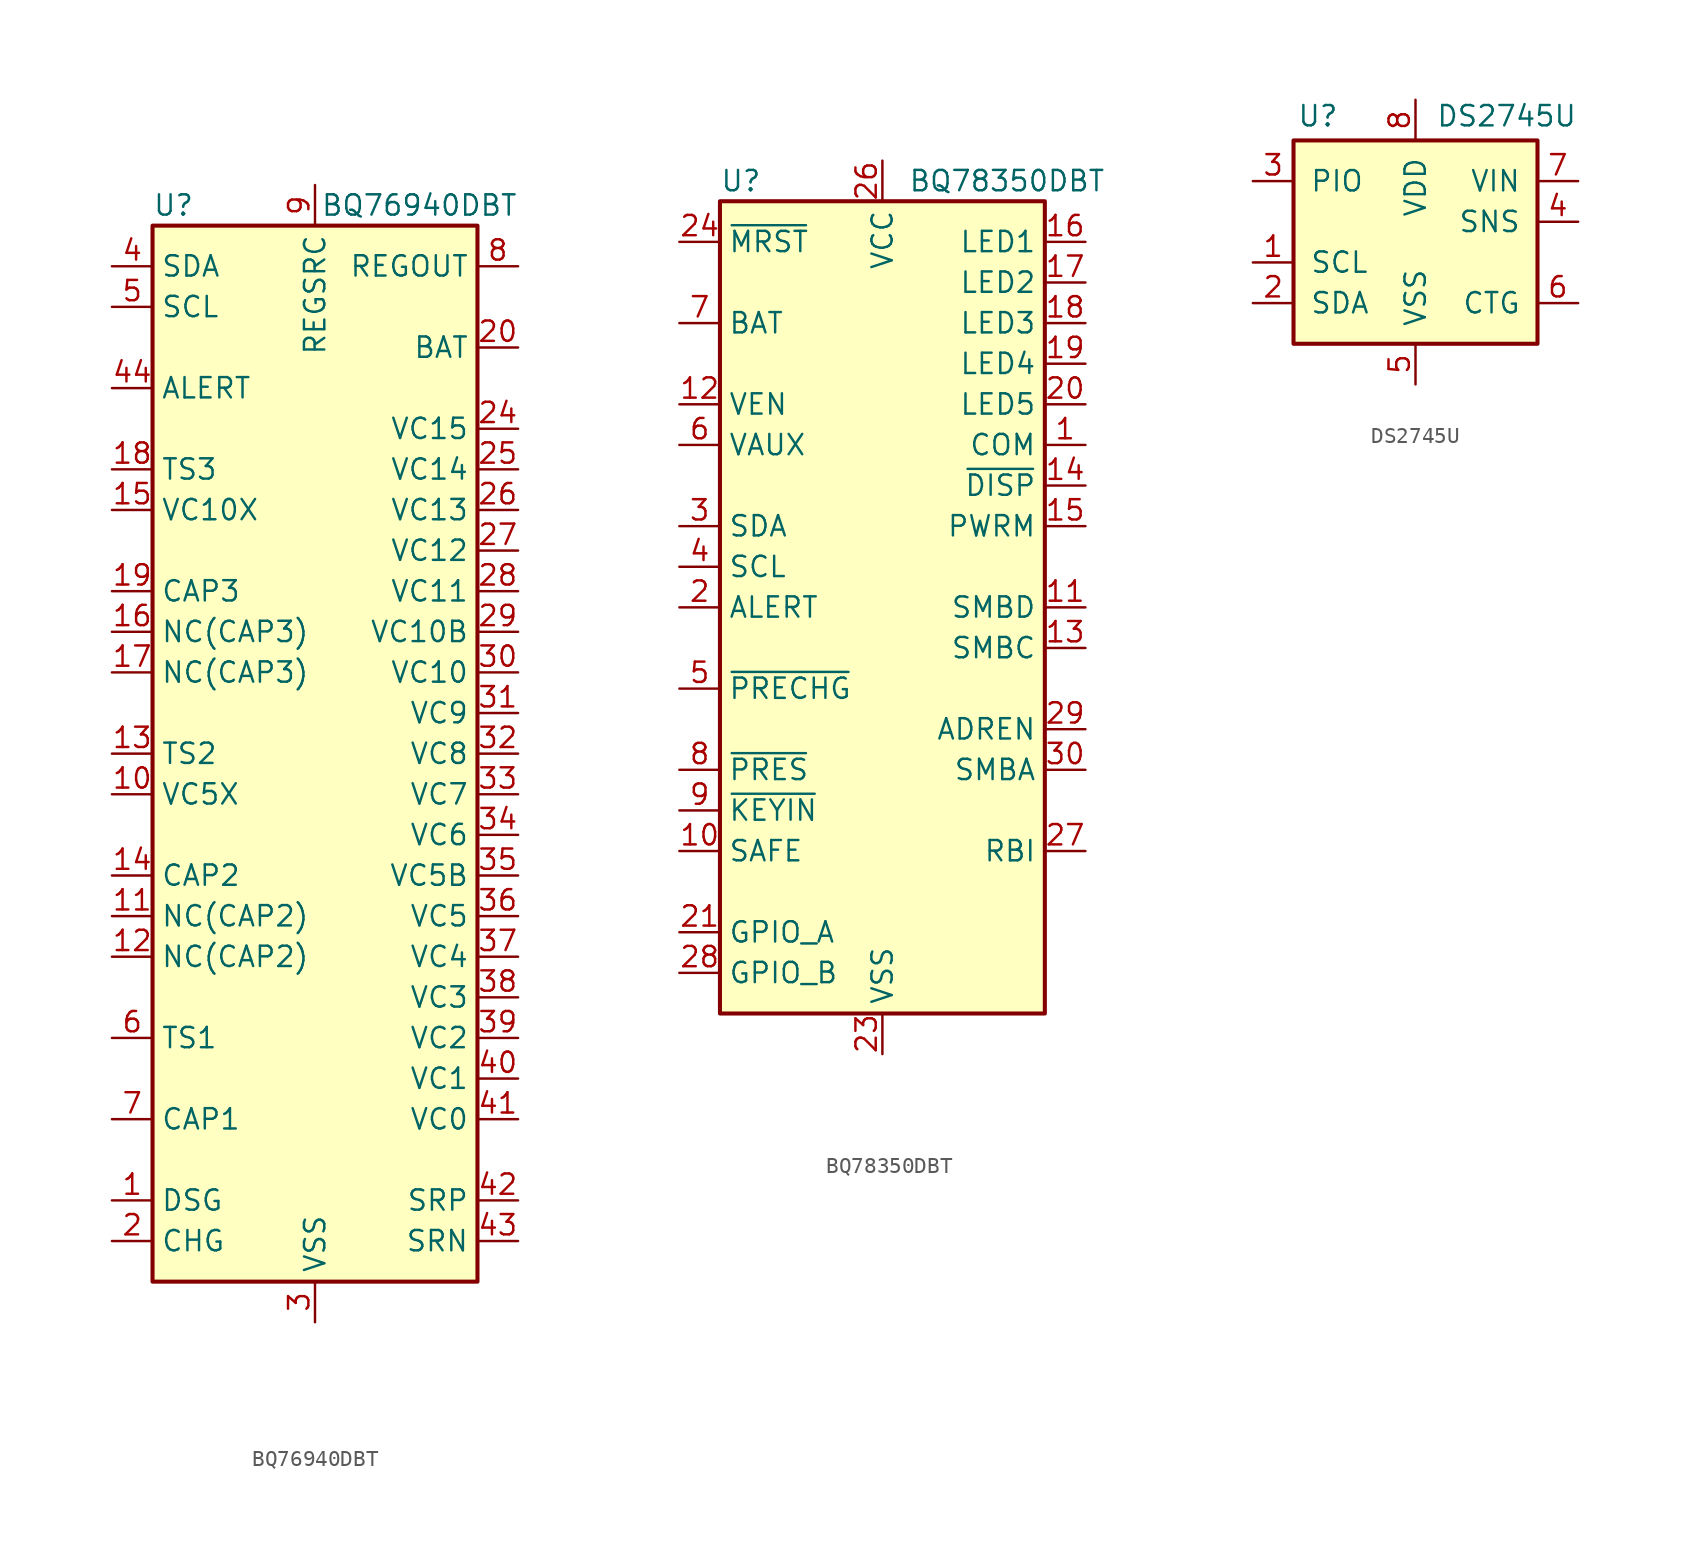
<source format=kicad_sym>
(kicad_symbol_lib
  (version 20211014)
  (generator kicad_symbol_editor)
  (symbol "BQ76940DBT"
    (property "Reference" "U"
      (at -10.16 34.29 0)
      (effects (font (size 1.27 1.27)) (justify left)))
    (property "Value" "BQ76940DBT"
      (at 12.7 34.29 0)
      (effects (font (size 1.27 1.27)) (justify right)))
    (symbol "BQ76940DBT_0_1"
      (rectangle (start -10.16 33.02) (end 10.16 -33.02) (stroke (width 0.254) (type default) (color 0 0 0 0)) (fill (type background))))
    (symbol "BQ76940DBT_1_0"
      (pin passive line (at -12.7 -2.54 0) (length 2.54) (name "VC5X" (effects (font (size 1.27 1.27)))) (number "10" (effects (font (size 1.27 1.27)))))
      (pin passive line (at -12.7 -10.16 0) (length 2.54) (name "NC(CAP2)" (effects (font (size 1.27 1.27)))) (number "11" (effects (font (size 1.27 1.27)))))
      (pin passive line (at -12.7 -12.7 0) (length 2.54) (name "NC(CAP2)" (effects (font (size 1.27 1.27)))) (number "12" (effects (font (size 1.27 1.27)))))
      (pin passive line (at -12.7 0 0) (length 2.54) (name "TS2" (effects (font (size 1.27 1.27)))) (number "13" (effects (font (size 1.27 1.27)))))
      (pin passive line (at -12.7 -7.62 0) (length 2.54) (name "CAP2" (effects (font (size 1.27 1.27)))) (number "14" (effects (font (size 1.27 1.27)))))
      (pin passive line (at -12.7 15.24 0) (length 2.54) (name "VC10X" (effects (font (size 1.27 1.27)))) (number "15" (effects (font (size 1.27 1.27)))))
      (pin passive line (at -12.7 7.62 0) (length 2.54) (name "NC(CAP3)" (effects (font (size 1.27 1.27)))) (number "16" (effects (font (size 1.27 1.27)))))
      (pin passive line (at -12.7 5.08 0) (length 2.54) (name "NC(CAP3)" (effects (font (size 1.27 1.27)))) (number "17" (effects (font (size 1.27 1.27)))))
      (pin passive line (at -12.7 17.78 0) (length 2.54) (name "TS3" (effects (font (size 1.27 1.27)))) (number "18" (effects (font (size 1.27 1.27)))))
      (pin passive line (at -12.7 10.16 0) (length 2.54) (name "CAP3" (effects (font (size 1.27 1.27)))) (number "19" (effects (font (size 1.27 1.27)))))
      (pin input line (at 12.7 25.4 180) (length 2.54) (name "BAT" (effects (font (size 1.27 1.27)))) (number "20" (effects (font (size 1.27 1.27)))))
      (pin no_connect line (at -5.08 -33.02 90) (length 2.54) hide (name "NC" (effects (font (size 1.27 1.27)))) (number "21" (effects (font (size 1.27 1.27)))))
      (pin no_connect line (at -2.54 -33.02 90) (length 2.54) hide (name "NC" (effects (font (size 1.27 1.27)))) (number "22" (effects (font (size 1.27 1.27)))))
      (pin no_connect line (at 2.54 -33.02 90) (length 2.54) hide (name "NC" (effects (font (size 1.27 1.27)))) (number "23" (effects (font (size 1.27 1.27)))))
      (pin input line (at 12.7 20.32 180) (length 2.54) (name "VC15" (effects (font (size 1.27 1.27)))) (number "24" (effects (font (size 1.27 1.27)))))
      (pin input line (at 12.7 17.78 180) (length 2.54) (name "VC14" (effects (font (size 1.27 1.27)))) (number "25" (effects (font (size 1.27 1.27)))))
      (pin input line (at 12.7 15.24 180) (length 2.54) (name "VC13" (effects (font (size 1.27 1.27)))) (number "26" (effects (font (size 1.27 1.27)))))
      (pin input line (at 12.7 12.7 180) (length 2.54) (name "VC12" (effects (font (size 1.27 1.27)))) (number "27" (effects (font (size 1.27 1.27)))))
      (pin input line (at 12.7 10.16 180) (length 2.54) (name "VC11" (effects (font (size 1.27 1.27)))) (number "28" (effects (font (size 1.27 1.27)))))
      (pin input line (at 12.7 7.62 180) (length 2.54) (name "VC10B" (effects (font (size 1.27 1.27)))) (number "29" (effects (font (size 1.27 1.27)))))
      (pin input line (at 12.7 5.08 180) (length 2.54) (name "VC10" (effects (font (size 1.27 1.27)))) (number "30" (effects (font (size 1.27 1.27)))))
      (pin input line (at 12.7 2.54 180) (length 2.54) (name "VC9" (effects (font (size 1.27 1.27)))) (number "31" (effects (font (size 1.27 1.27)))))
      (pin input line (at 12.7 0 180) (length 2.54) (name "VC8" (effects (font (size 1.27 1.27)))) (number "32" (effects (font (size 1.27 1.27)))))
      (pin input line (at 12.7 -2.54 180) (length 2.54) (name "VC7" (effects (font (size 1.27 1.27)))) (number "33" (effects (font (size 1.27 1.27)))))
      (pin input line (at 12.7 -5.08 180) (length 2.54) (name "VC6" (effects (font (size 1.27 1.27)))) (number "34" (effects (font (size 1.27 1.27)))))
      (pin input line (at 12.7 -7.62 180) (length 2.54) (name "VC5B" (effects (font (size 1.27 1.27)))) (number "35" (effects (font (size 1.27 1.27)))))
      (pin input line (at 12.7 -10.16 180) (length 2.54) (name "VC5" (effects (font (size 1.27 1.27)))) (number "36" (effects (font (size 1.27 1.27)))))
      (pin input line (at 12.7 -12.7 180) (length 2.54) (name "VC4" (effects (font (size 1.27 1.27)))) (number "37" (effects (font (size 1.27 1.27)))))
      (pin input line (at 12.7 -15.24 180) (length 2.54) (name "VC3" (effects (font (size 1.27 1.27)))) (number "38" (effects (font (size 1.27 1.27)))))
      (pin input line (at 12.7 -17.78 180) (length 2.54) (name "VC2" (effects (font (size 1.27 1.27)))) (number "39" (effects (font (size 1.27 1.27)))))
      (pin input line (at 12.7 -20.32 180) (length 2.54) (name "VC1" (effects (font (size 1.27 1.27)))) (number "40" (effects (font (size 1.27 1.27)))))
      (pin input line (at 12.7 -22.86 180) (length 2.54) (name "VC0" (effects (font (size 1.27 1.27)))) (number "41" (effects (font (size 1.27 1.27)))))
      (pin input line (at 12.7 -27.94 180) (length 2.54) (name "SRP" (effects (font (size 1.27 1.27)))) (number "42" (effects (font (size 1.27 1.27)))))
      (pin input line (at 12.7 -30.48 180) (length 2.54) (name "SRN" (effects (font (size 1.27 1.27)))) (number "43" (effects (font (size 1.27 1.27)))))
      (pin bidirectional line (at -12.7 22.86 0) (length 2.54) (name "ALERT" (effects (font (size 1.27 1.27)))) (number "44" (effects (font (size 1.27 1.27)))))
      (pin passive line (at -12.7 -17.78 0) (length 2.54) (name "TS1" (effects (font (size 1.27 1.27)))) (number "6" (effects (font (size 1.27 1.27)))))
      (pin passive line (at -12.7 -22.86 0) (length 2.54) (name "CAP1" (effects (font (size 1.27 1.27)))) (number "7" (effects (font (size 1.27 1.27)))))
      (pin power_out line (at 12.7 30.48 180) (length 2.54) (name "REGOUT" (effects (font (size 1.27 1.27)))) (number "8" (effects (font (size 1.27 1.27)))))
      (pin power_in line (at 0 35.56 270) (length 2.54) (name "REGSRC" (effects (font (size 1.27 1.27)))) (number "9" (effects (font (size 1.27 1.27))))))
    (symbol "BQ76940DBT_1_1"
      (pin output line (at -12.7 -27.94 0) (length 2.54) (name "DSG" (effects (font (size 1.27 1.27)))) (number "1" (effects (font (size 1.27 1.27)))))
      (pin output line (at -12.7 -30.48 0) (length 2.54) (name "CHG" (effects (font (size 1.27 1.27)))) (number "2" (effects (font (size 1.27 1.27)))))
      (pin power_in line (at 0 -35.56 90) (length 2.54) (name "VSS" (effects (font (size 1.27 1.27)))) (number "3" (effects (font (size 1.27 1.27)))))
      (pin bidirectional line (at -12.7 30.48 0) (length 2.54) (name "SDA" (effects (font (size 1.27 1.27)))) (number "4" (effects (font (size 1.27 1.27)))))
      (pin input line (at -12.7 27.94 0) (length 2.54) (name "SCL" (effects (font (size 1.27 1.27)))) (number "5" (effects (font (size 1.27 1.27)))))))
  (symbol "BQ78350DBT"
    (property "Reference" "U"
      (at -10.16 26.67 0)
      (effects (font (size 1.27 1.27)) (justify left)))
    (property "Value" "BQ78350DBT"
      (at 13.97 26.67 0)
      (effects (font (size 1.27 1.27)) (justify right)))
    (symbol "BQ78350DBT_0_1"
      (rectangle (start -10.16 25.4) (end 10.16 -25.4) (stroke (width 0.254) (type default) (color 0 0 0 0)) (fill (type background))))
    (symbol "BQ78350DBT_1_1"
      (pin open_collector line (at 12.7 10.16 180) (length 2.54) (name "COM" (effects (font (size 1.27 1.27)))) (number "1" (effects (font (size 1.27 1.27)))))
      (pin output line (at -12.7 -15.24 0) (length 2.54) (name "SAFE" (effects (font (size 1.27 1.27)))) (number "10" (effects (font (size 1.27 1.27)))))
      (pin bidirectional line (at 12.7 0 180) (length 2.54) (name "SMBD" (effects (font (size 1.27 1.27)))) (number "11" (effects (font (size 1.27 1.27)))))
      (pin open_collector line (at -12.7 12.7 0) (length 2.54) (name "VEN" (effects (font (size 1.27 1.27)))) (number "12" (effects (font (size 1.27 1.27)))))
      (pin bidirectional line (at 12.7 -2.54 180) (length 2.54) (name "SMBC" (effects (font (size 1.27 1.27)))) (number "13" (effects (font (size 1.27 1.27)))))
      (pin input line (at 12.7 7.62 180) (length 2.54) (name "~{DISP}" (effects (font (size 1.27 1.27)))) (number "14" (effects (font (size 1.27 1.27)))))
      (pin open_collector line (at 12.7 5.08 180) (length 2.54) (name "PWRM" (effects (font (size 1.27 1.27)))) (number "15" (effects (font (size 1.27 1.27)))))
      (pin output line (at 12.7 22.86 180) (length 2.54) (name "LED1" (effects (font (size 1.27 1.27)))) (number "16" (effects (font (size 1.27 1.27)))))
      (pin output line (at 12.7 20.32 180) (length 2.54) (name "LED2" (effects (font (size 1.27 1.27)))) (number "17" (effects (font (size 1.27 1.27)))))
      (pin output line (at 12.7 17.78 180) (length 2.54) (name "LED3" (effects (font (size 1.27 1.27)))) (number "18" (effects (font (size 1.27 1.27)))))
      (pin output line (at 12.7 15.24 180) (length 2.54) (name "LED4" (effects (font (size 1.27 1.27)))) (number "19" (effects (font (size 1.27 1.27)))))
      (pin bidirectional line (at -12.7 0 0) (length 2.54) (name "ALERT" (effects (font (size 1.27 1.27)))) (number "2" (effects (font (size 1.27 1.27)))))
      (pin output line (at 12.7 12.7 180) (length 2.54) (name "LED5" (effects (font (size 1.27 1.27)))) (number "20" (effects (font (size 1.27 1.27)))))
      (pin bidirectional line (at -12.7 -20.32 0) (length 2.54) (name "GPIO_A" (effects (font (size 1.27 1.27)))) (number "21" (effects (font (size 1.27 1.27)))))
      (pin passive line (at 0 -27.94 90) (length 2.54) hide (name "VSS" (effects (font (size 1.27 1.27)))) (number "22" (effects (font (size 1.27 1.27)))))
      (pin power_in line (at 0 -27.94 90) (length 2.54) (name "VSS" (effects (font (size 1.27 1.27)))) (number "23" (effects (font (size 1.27 1.27)))))
      (pin input line (at -12.7 22.86 0) (length 2.54) (name "~{MRST}" (effects (font (size 1.27 1.27)))) (number "24" (effects (font (size 1.27 1.27)))))
      (pin passive line (at 0 -27.94 90) (length 2.54) hide (name "VSS" (effects (font (size 1.27 1.27)))) (number "25" (effects (font (size 1.27 1.27)))))
      (pin power_in line (at 0 27.94 270) (length 2.54) (name "VCC" (effects (font (size 1.27 1.27)))) (number "26" (effects (font (size 1.27 1.27)))))
      (pin passive line (at 12.7 -15.24 180) (length 2.54) (name "RBI" (effects (font (size 1.27 1.27)))) (number "27" (effects (font (size 1.27 1.27)))))
      (pin bidirectional line (at -12.7 -22.86 0) (length 2.54) (name "GPIO_B" (effects (font (size 1.27 1.27)))) (number "28" (effects (font (size 1.27 1.27)))))
      (pin output line (at 12.7 -7.62 180) (length 2.54) (name "ADREN" (effects (font (size 1.27 1.27)))) (number "29" (effects (font (size 1.27 1.27)))))
      (pin bidirectional line (at -12.7 5.08 0) (length 2.54) (name "SDA" (effects (font (size 1.27 1.27)))) (number "3" (effects (font (size 1.27 1.27)))))
      (pin input line (at 12.7 -10.16 180) (length 2.54) (name "SMBA" (effects (font (size 1.27 1.27)))) (number "30" (effects (font (size 1.27 1.27)))))
      (pin output line (at -12.7 2.54 0) (length 2.54) (name "SCL" (effects (font (size 1.27 1.27)))) (number "4" (effects (font (size 1.27 1.27)))))
      (pin output line (at -12.7 -5.08 0) (length 2.54) (name "~{PRECHG}" (effects (font (size 1.27 1.27)))) (number "5" (effects (font (size 1.27 1.27)))))
      (pin input line (at -12.7 10.16 0) (length 2.54) (name "VAUX" (effects (font (size 1.27 1.27)))) (number "6" (effects (font (size 1.27 1.27)))))
      (pin input line (at -12.7 17.78 0) (length 2.54) (name "BAT" (effects (font (size 1.27 1.27)))) (number "7" (effects (font (size 1.27 1.27)))))
      (pin input line (at -12.7 -10.16 0) (length 2.54) (name "~{PRES}" (effects (font (size 1.27 1.27)))) (number "8" (effects (font (size 1.27 1.27)))))
      (pin input line (at -12.7 -12.7 0) (length 2.54) (name "~{KEYIN}" (effects (font (size 1.27 1.27)))) (number "9" (effects (font (size 1.27 1.27)))))))
  (symbol "DS2745U"
    (pin_names
      (offset 1.016))
    (property "Reference" "U"
      (at -6.096 6.604 0)
      (effects (font (size 1.27 1.27))))
    (property "Value" "DS2745U"
      (at 1.27 6.604 0)
      (effects (font (size 1.27 1.27)) (justify left)))
    (symbol "DS2745U_0_1"
      (rectangle (start -7.62 5.08) (end 7.62 -7.62) (stroke (width 0.254) (type default) (color 0 0 0 0)) (fill (type background))))
    (symbol "DS2745U_1_1"
      (pin input line (at -10.16 -2.54 0) (length 2.54) (name "SCL" (effects (font (size 1.27 1.27)))) (number "1" (effects (font (size 1.27 1.27)))))
      (pin bidirectional line (at -10.16 -5.08 0) (length 2.54) (name "SDA" (effects (font (size 1.27 1.27)))) (number "2" (effects (font (size 1.27 1.27)))))
      (pin open_collector line (at -10.16 2.54 0) (length 2.54) (name "PIO" (effects (font (size 1.27 1.27)))) (number "3" (effects (font (size 1.27 1.27)))))
      (pin input line (at 10.16 0 180) (length 2.54) (name "SNS" (effects (font (size 1.27 1.27)))) (number "4" (effects (font (size 1.27 1.27)))))
      (pin power_in line (at 0 -10.16 90) (length 2.54) (name "VSS" (effects (font (size 1.27 1.27)))) (number "5" (effects (font (size 1.27 1.27)))))
      (pin input line (at 10.16 -5.08 180) (length 2.54) (name "CTG" (effects (font (size 1.27 1.27)))) (number "6" (effects (font (size 1.27 1.27)))))
      (pin input line (at 10.16 2.54 180) (length 2.54) (name "VIN" (effects (font (size 1.27 1.27)))) (number "7" (effects (font (size 1.27 1.27)))))
      (pin power_in line (at 0 7.62 270) (length 2.54) (name "VDD" (effects (font (size 1.27 1.27)))) (number "8" (effects (font (size 1.27 1.27))))))))
</source>
